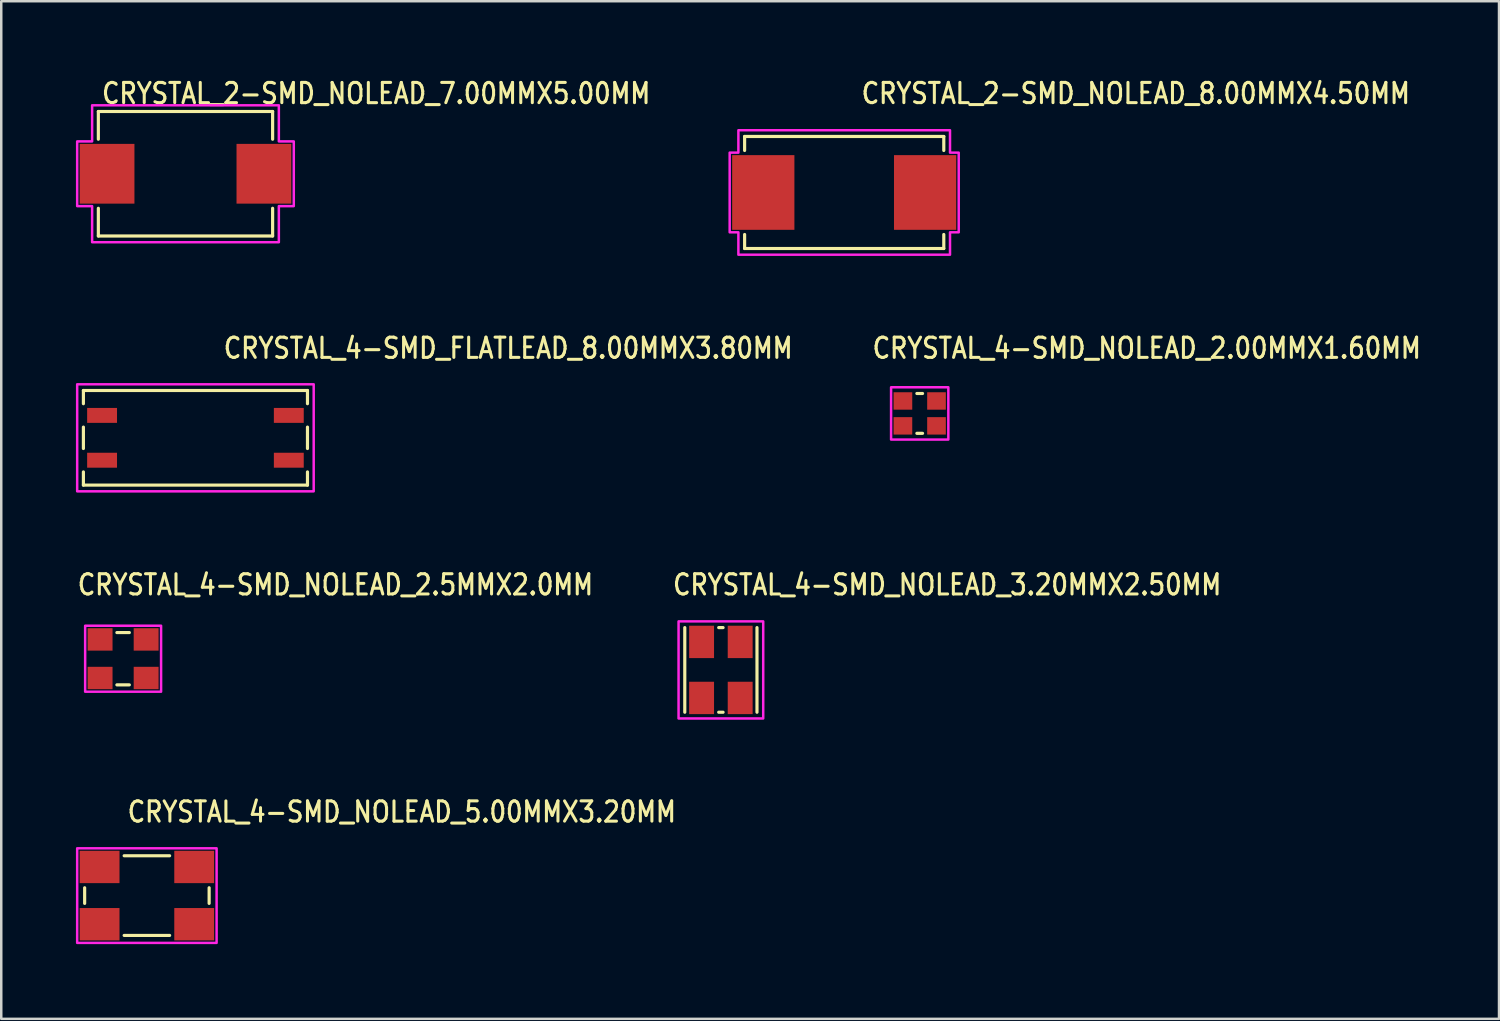
<source format=kicad_pcb>
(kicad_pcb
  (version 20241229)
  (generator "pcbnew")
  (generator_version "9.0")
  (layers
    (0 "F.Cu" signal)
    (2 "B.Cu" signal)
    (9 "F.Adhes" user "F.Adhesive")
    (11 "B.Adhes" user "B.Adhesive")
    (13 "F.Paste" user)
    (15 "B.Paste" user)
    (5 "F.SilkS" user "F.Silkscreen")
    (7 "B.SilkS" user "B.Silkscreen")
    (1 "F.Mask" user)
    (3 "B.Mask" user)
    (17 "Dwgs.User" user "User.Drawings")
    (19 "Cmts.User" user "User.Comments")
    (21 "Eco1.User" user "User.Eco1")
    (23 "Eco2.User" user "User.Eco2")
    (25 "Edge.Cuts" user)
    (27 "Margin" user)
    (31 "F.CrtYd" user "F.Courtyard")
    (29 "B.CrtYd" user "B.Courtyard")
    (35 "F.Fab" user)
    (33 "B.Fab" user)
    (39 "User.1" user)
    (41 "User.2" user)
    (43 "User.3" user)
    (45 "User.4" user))
  (footprint "CRYSTAL_4-SMD_NOLEAD_2.5MMX2.0MM"
    (layer "F.Cu")
    (at 1.895 23.408)
    (property "Reference" "CRYSTAL_4-SMD_NOLEAD_2.5MMX2.0MM" (at -1.895 -2.495 0) (unlocked yes) (layer "F.SilkS") (effects (font (size 0.813 0.695) (thickness 0.122)) (justify left bottom)))
    (fp_line (start -0.25 -1.05) (end 0.25 -1.05) (stroke (width 0.127) (type solid)) (layer "F.SilkS"))
    (fp_line (start 0.25 1.05) (end -0.25 1.05) (stroke (width 0.127) (type solid)) (layer "F.SilkS"))
    (fp_poly (pts (xy -1.525 -1.325) (xy 1.525 -1.325) (xy 1.525 1.325) (xy -1.525 1.325)) (stroke (width 0.1) (type solid)) (fill no) (layer "F.CrtYd"))
    (pad "P$1" smd rect (at -0.925 0.775) (size 1 0.9) (layers "F.Cu" "F.Mask" "F.Paste"))
    (pad "P$2" smd rect (at 0.925 0.775) (size 1 0.9) (layers "F.Cu" "F.Mask" "F.Paste"))
    (pad "P$3" smd rect (at 0.925 -0.775) (size 1 0.9) (layers "F.Cu" "F.Mask" "F.Paste"))
    (pad "P$4" smd rect (at -0.925 -0.775) (size 1 0.9) (layers "F.Cu" "F.Mask" "F.Paste")))
  (footprint "CRYSTAL_2-SMD_NOLEAD_8.00MMX4.50MM"
    (layer "F.Cu")
    (at 30.858 4.681)
    (property "Reference" "CRYSTAL_2-SMD_NOLEAD_8.00MMX4.50MM" (at 0.628 -3.503 0) (unlocked yes) (layer "F.SilkS") (effects (font (size 0.813 0.695) (thickness 0.122)) (justify left bottom)))
    (fp_line (start -4 -2.25) (end -4 -1.687) (stroke (width 0.127) (type solid)) (layer "F.SilkS"))
    (fp_line (start -4 -2.25) (end 4 -2.25) (stroke (width 0.127) (type solid)) (layer "F.SilkS"))
    (fp_line (start -4 2.25) (end -4 1.687) (stroke (width 0.127) (type solid)) (layer "F.SilkS"))
    (fp_line (start -4 2.25) (end 4 2.25) (stroke (width 0.127) (type solid)) (layer "F.SilkS"))
    (fp_line (start 4 -2.25) (end 4 -1.687) (stroke (width 0.127) (type solid)) (layer "F.SilkS"))
    (fp_line (start 4 2.25) (end 4 1.687) (stroke (width 0.127) (type solid)) (layer "F.SilkS"))
    (fp_poly (pts (xy -4.6 -1.6) (xy -4.25 -1.6) (xy -4.25 -2.5) (xy 4.25 -2.5) (xy 4.25 -1.6) (xy 4.6 -1.6) (xy 4.6 1.6) (xy 4.25 1.6) (xy 4.25 2.5) (xy -4.25 2.5) (xy -4.25 1.6) (xy -4.6 1.6)) (stroke (width 0.1) (type solid)) (fill no) (layer "F.CrtYd"))
    (pad "P$1" smd rect (at -3.25 0) (size 2.5 3) (layers "F.Cu" "F.Mask" "F.Paste"))
    (pad "P$2" smd rect (at 3.25 0) (size 2.5 3) (layers "F.Cu" "F.Mask" "F.Paste")))
  (footprint "CRYSTAL_4-SMD_FLATLEAD_8.00MMX3.80MM"
    (layer "F.Cu")
    (at 4.8 14.535)
    (property "Reference" "CRYSTAL_4-SMD_FLATLEAD_8.00MMX3.80MM" (at 1.065 -3.125 0) (unlocked yes) (layer "F.SilkS") (effects (font (size 0.813 0.695) (thickness 0.122)) (justify left bottom)))
    (fp_line (start -4.5 -1.9) (end 4.5 -1.9) (stroke (width 0.127) (type solid)) (layer "F.SilkS"))
    (fp_line (start -4.5 -1.37) (end -4.5 -1.9) (stroke (width 0.127) (type solid)) (layer "F.SilkS"))
    (fp_line (start -4.5 0.43) (end -4.5 -0.43) (stroke (width 0.127) (type solid)) (layer "F.SilkS"))
    (fp_line (start -4.5 1.9) (end -4.5 1.37) (stroke (width 0.127) (type solid)) (layer "F.SilkS"))
    (fp_line (start 4.5 -1.9) (end 4.5 -1.37) (stroke (width 0.127) (type solid)) (layer "F.SilkS"))
    (fp_line (start 4.5 -0.43) (end 4.5 0.43) (stroke (width 0.127) (type solid)) (layer "F.SilkS"))
    (fp_line (start 4.5 1.37) (end 4.5 1.9) (stroke (width 0.127) (type solid)) (layer "F.SilkS"))
    (fp_line (start 4.5 1.9) (end -4.5 1.9) (stroke (width 0.127) (type solid)) (layer "F.SilkS"))
    (fp_poly (pts (xy -4.75 -2.15) (xy 4.75 -2.15) (xy 4.75 2.15) (xy -4.75 2.15)) (stroke (width 0.1) (type solid)) (fill no) (layer "F.CrtYd"))
    (pad "P$1" smd rect (at -3.75 0.9) (size 1.2 0.6) (layers "F.Cu" "F.Mask" "F.Paste"))
    (pad "P$2" smd rect (at 3.75 0.9) (size 1.2 0.6) (layers "F.Cu" "F.Mask" "F.Paste"))
    (pad "P$3" smd rect (at 3.75 -0.9) (size 1.2 0.6) (layers "F.Cu" "F.Mask" "F.Paste"))
    (pad "P$4" smd rect (at -3.75 -0.9) (size 1.2 0.6) (layers "F.Cu" "F.Mask" "F.Paste")))
  (footprint "CRYSTAL_4-SMD_NOLEAD_2.00MMX1.60MM"
    (layer "F.Cu")
    (at 33.891 13.555)
    (property "Reference" "CRYSTAL_4-SMD_NOLEAD_2.00MMX1.60MM" (at -1.965 -2.145 0) (unlocked yes) (layer "F.SilkS") (effects (font (size 0.813 0.695) (thickness 0.122)) (justify left bottom)))
    (fp_line (start -0.114 -0.8) (end 0.114 -0.8) (stroke (width 0.127) (type solid)) (layer "F.SilkS"))
    (fp_line (start 0.114 0.8) (end -0.114 0.8) (stroke (width 0.127) (type solid)) (layer "F.SilkS"))
    (fp_poly (pts (xy -1.15 1.05) (xy -1.15 -1.05) (xy 1.15 -1.05) (xy 1.15 1.05)) (stroke (width 0.1) (type solid)) (fill no) (layer "F.CrtYd"))
    (pad "P$1" smd rect (at -0.675 0.5) (size 0.75 0.7) (layers "F.Cu" "F.Mask" "F.Paste"))
    (pad "P$2" smd rect (at 0.675 0.5) (size 0.75 0.7) (layers "F.Cu" "F.Mask" "F.Paste"))
    (pad "P$3" smd rect (at 0.675 -0.5) (size 0.75 0.7) (layers "F.Cu" "F.Mask" "F.Paste"))
    (pad "P$4" smd rect (at -0.675 -0.5) (size 0.75 0.7) (layers "F.Cu" "F.Mask" "F.Paste")))
  (footprint "CRYSTAL_4-SMD_NOLEAD_3.20MMX2.50MM"
    (layer "F.Cu")
    (at 25.905 23.858)
    (property "Reference" "CRYSTAL_4-SMD_NOLEAD_3.20MMX2.50MM" (at -1.995 -2.945 0) (unlocked yes) (layer "F.SilkS") (effects (font (size 0.813 0.695) (thickness 0.122)) (justify left bottom)))
    (fp_line (start -1.45 1.7) (end -1.45 -1.7) (stroke (width 0.127) (type solid)) (layer "F.SilkS"))
    (fp_line (start -0.088 -1.7) (end 0.088 -1.7) (stroke (width 0.127) (type solid)) (layer "F.SilkS"))
    (fp_line (start 0.088 1.7) (end -0.088 1.7) (stroke (width 0.127) (type solid)) (layer "F.SilkS"))
    (fp_line (start 1.45 -1.7) (end 1.45 1.7) (stroke (width 0.127) (type solid)) (layer "F.SilkS"))
    (fp_poly (pts (xy -1.7 -1.95) (xy 1.7 -1.95) (xy 1.7 1.95) (xy -1.7 1.95)) (stroke (width 0.1) (type solid)) (fill no) (layer "F.CrtYd"))
    (pad "P$1" smd rect (at -0.775 -1.125) (size 1 1.3) (layers "F.Cu" "F.Mask" "F.Paste"))
    (pad "P$2" smd rect (at -0.775 1.125) (size 1 1.3) (layers "F.Cu" "F.Mask" "F.Paste"))
    (pad "P$3" smd rect (at 0.775 1.125) (size 1 1.3) (layers "F.Cu" "F.Mask" "F.Paste"))
    (pad "P$4" smd rect (at 0.775 -1.125) (size 1 1.3) (layers "F.Cu" "F.Mask" "F.Paste")))
  (footprint "CRYSTAL_4-SMD_NOLEAD_5.00MMX3.20MM"
    (layer "F.Cu")
    (at 2.85 32.922)
    (property "Reference" "CRYSTAL_4-SMD_NOLEAD_5.00MMX3.20MM" (at -0.845 -2.885 0) (unlocked yes) (layer "F.SilkS") (effects (font (size 0.813 0.695) (thickness 0.122)) (justify left bottom)))
    (fp_line (start -2.5 0.314) (end -2.5 -0.314) (stroke (width 0.127) (type solid)) (layer "F.SilkS"))
    (fp_line (start -0.913 -1.6) (end 0.913 -1.6) (stroke (width 0.127) (type solid)) (layer "F.SilkS"))
    (fp_line (start 0.913 1.6) (end -0.913 1.6) (stroke (width 0.127) (type solid)) (layer "F.SilkS"))
    (fp_line (start 2.5 0.314) (end 2.5 -0.314) (stroke (width 0.127) (type solid)) (layer "F.SilkS"))
    (fp_poly (pts (xy -2.8 1.9) (xy -2.8 -1.9) (xy 2.8 -1.9) (xy 2.8 1.9)) (stroke (width 0.1) (type solid)) (fill no) (layer "F.CrtYd"))
    (pad "P$1" smd rect (at -1.9 1.15) (size 1.6 1.3) (layers "F.Cu" "F.Mask" "F.Paste"))
    (pad "P$2" smd rect (at 1.9 1.15) (size 1.6 1.3) (layers "F.Cu" "F.Mask" "F.Paste"))
    (pad "P$3" smd rect (at 1.9 -1.15) (size 1.6 1.3) (layers "F.Cu" "F.Mask" "F.Paste"))
    (pad "P$4" smd rect (at -1.9 -1.15) (size 1.6 1.3) (layers "F.Cu" "F.Mask" "F.Paste")))
  (footprint "CRYSTAL_2-SMD_NOLEAD_7.00MMX5.00MM"
    (layer "F.Cu")
    (at 4.4 3.929)
    (property "Reference" "CRYSTAL_2-SMD_NOLEAD_7.00MMX5.00MM" (at -3.425 -2.75 0) (unlocked yes) (layer "F.SilkS") (effects (font (size 0.813 0.695) (thickness 0.122)) (justify left bottom)))
    (fp_line (start -3.5 -2.5) (end -3.5 -1.387) (stroke (width 0.127) (type solid)) (layer "F.SilkS"))
    (fp_line (start -3.5 -2.5) (end 3.5 -2.5) (stroke (width 0.127) (type solid)) (layer "F.SilkS"))
    (fp_line (start -3.5 2.5) (end -3.5 1.387) (stroke (width 0.127) (type solid)) (layer "F.SilkS"))
    (fp_line (start 3.5 -2.5) (end 3.5 -1.387) (stroke (width 0.127) (type solid)) (layer "F.SilkS"))
    (fp_line (start 3.5 2.5) (end -3.5 2.5) (stroke (width 0.127) (type solid)) (layer "F.SilkS"))
    (fp_line (start 3.5 2.5) (end 3.5 1.387) (stroke (width 0.127) (type solid)) (layer "F.SilkS"))
    (fp_poly (pts (xy -4.35 1.3) (xy -4.35 -1.3) (xy -3.75 -1.3) (xy -3.75 -2.75) (xy 3.75 -2.75) (xy 3.75 -1.3) (xy 4.35 -1.3) (xy 4.35 1.3) (xy 3.75 1.3) (xy 3.75 2.75) (xy -3.75 2.75) (xy -3.75 1.3)) (stroke (width 0.1) (type solid)) (fill no) (layer "F.CrtYd"))
    (pad "P$1" smd rect (at -3.15 0) (size 2.2 2.4) (layers "F.Cu" "F.Mask" "F.Paste"))
    (pad "P$2" smd rect (at 3.15 0) (size 2.2 2.4) (layers "F.Cu" "F.Mask" "F.Paste")))
  (gr_rect
    (start -3 -3)
    (end 57.159 37.872)
    (stroke (width 0.1) (type default))
    (fill no)
    (layer "Edge.Cuts")))
</source>
